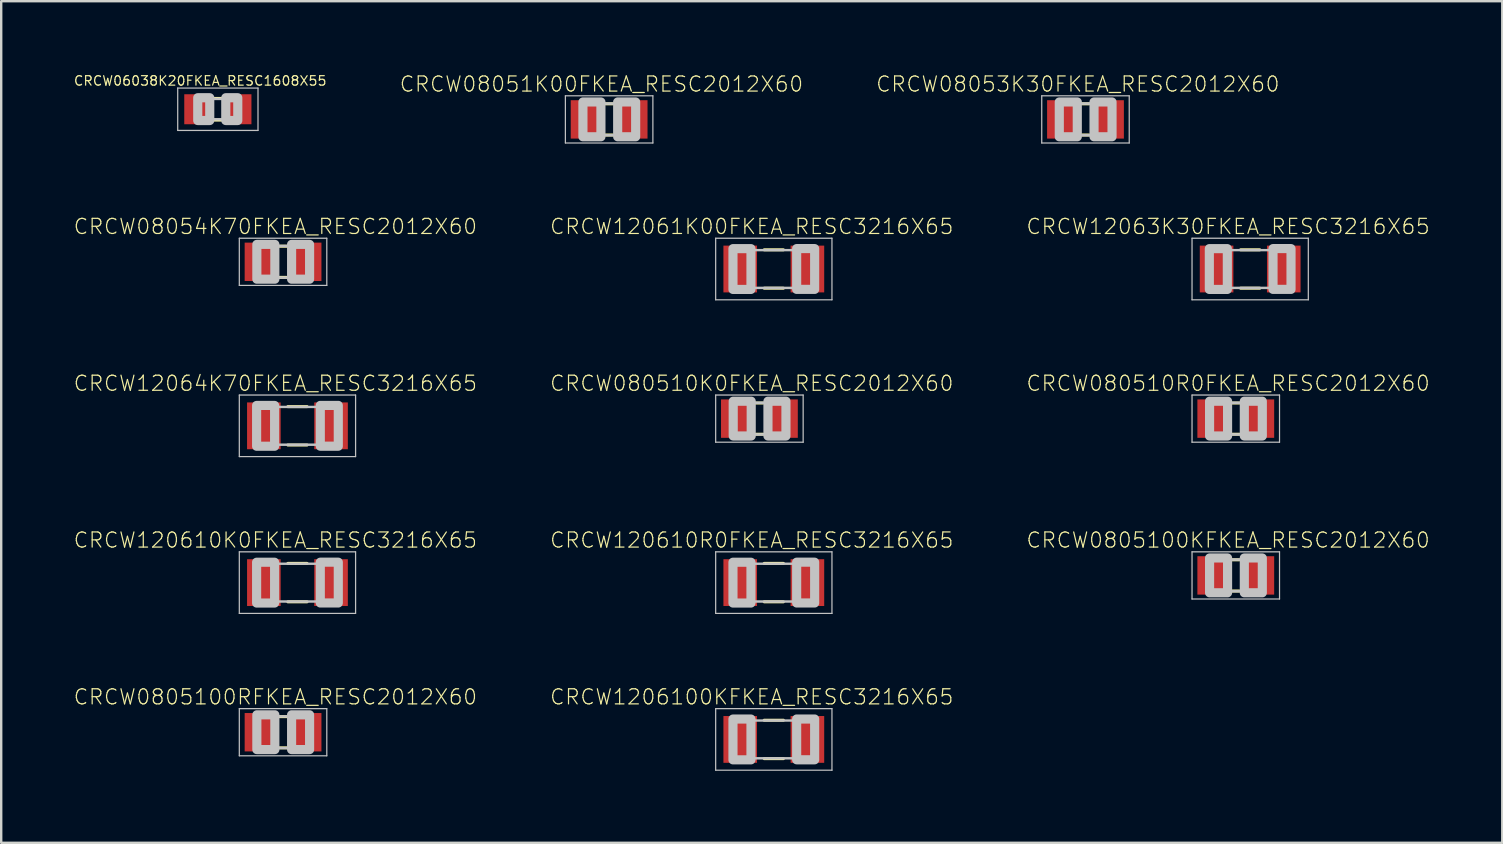
<source format=kicad_pcb>
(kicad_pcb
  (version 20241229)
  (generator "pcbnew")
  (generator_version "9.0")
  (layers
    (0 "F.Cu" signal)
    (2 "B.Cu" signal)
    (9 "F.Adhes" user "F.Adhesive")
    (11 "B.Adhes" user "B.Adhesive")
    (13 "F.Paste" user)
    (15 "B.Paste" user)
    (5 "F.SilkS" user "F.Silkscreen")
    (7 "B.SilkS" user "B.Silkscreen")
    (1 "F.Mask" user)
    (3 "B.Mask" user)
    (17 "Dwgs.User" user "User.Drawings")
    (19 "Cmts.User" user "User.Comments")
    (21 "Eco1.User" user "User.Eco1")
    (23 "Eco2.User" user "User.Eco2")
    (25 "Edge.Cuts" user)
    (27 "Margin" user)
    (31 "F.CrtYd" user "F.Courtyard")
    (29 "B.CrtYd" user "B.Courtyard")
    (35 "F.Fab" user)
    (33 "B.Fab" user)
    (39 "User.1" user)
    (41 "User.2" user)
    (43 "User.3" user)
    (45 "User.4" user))
  (footprint "CRCW0805100KFKEA_RESC2012X60"
    (layer "F.Cu")
    (at 48.45 20.93)
    (property "Reference" "CRCW0805100KFKEA_RESC2012X60" (at -0.32 -1.47 0) (layer "F.SilkS") (effects (font (size 0.63 0.63) (thickness 0.05))))
    (attr smd)
    (fp_line (start -0.15 -0.65) (end 0.15 -0.65) (stroke (width 0.127) (type solid)) (layer "F.SilkS"))
    (fp_line (start -0.15 0.65) (end 0.15 0.65) (stroke (width 0.127) (type solid)) (layer "F.SilkS"))
    (fp_line (start -1.823 -0.983) (end 1.823 -0.983) (stroke (width 0.051) (type solid)) (layer "Dwgs.User"))
    (fp_line (start -1.823 0.983) (end -1.823 -0.983) (stroke (width 0.051) (type solid)) (layer "Dwgs.User"))
    (fp_line (start -0.381 -0.66) (end 0.381 -0.66) (stroke (width 0.102) (type solid)) (layer "Dwgs.User"))
    (fp_line (start -0.356 0.66) (end 0.381 0.66) (stroke (width 0.102) (type solid)) (layer "Dwgs.User"))
    (fp_line (start 1.823 -0.983) (end 1.823 0.983) (stroke (width 0.051) (type solid)) (layer "Dwgs.User"))
    (fp_line (start 1.823 0.983) (end -1.823 0.983) (stroke (width 0.051) (type solid)) (layer "Dwgs.User"))
    (fp_poly (pts (xy -1.092 -0.726) (xy -0.342 -0.726) (xy -0.342 0.724) (xy -1.092 0.724)) (stroke (width 0.381) (type solid)) (fill no) (layer "Dwgs.User"))
    (fp_poly (pts (xy 0.356 -0.726) (xy 1.106 -0.726) (xy 1.106 0.724) (xy 0.356 0.724)) (stroke (width 0.381) (type solid)) (fill no) (layer "Dwgs.User"))
    (pad "1" smd rect (at -0.95 0) (size 1.3 1.6) (layers "F.Cu" "F.Mask" "F.Paste"))
    (pad "2" smd rect (at 0.95 0) (size 1.3 1.6) (layers "F.Cu" "F.Mask" "F.Paste")))
  (footprint "CRCW120610K0FKEA_RESC3216X65"
    (layer "F.Cu")
    (at 9.346 21.23)
    (property "Reference" "CRCW120610K0FKEA_RESC3216X65" (at -0.92 -1.77 0) (layer "F.SilkS") (effects (font (size 0.63 0.63) (thickness 0.05))))
    (attr smd)
    (fp_line (start -0.4 -0.8) (end 0.4 -0.8) (stroke (width 0.127) (type solid)) (layer "F.SilkS"))
    (fp_line (start -0.4 0.8) (end 0.4 0.8) (stroke (width 0.127) (type solid)) (layer "F.SilkS"))
    (fp_line (start -2.423 -1.283) (end 2.423 -1.283) (stroke (width 0.051) (type solid)) (layer "Dwgs.User"))
    (fp_line (start -2.423 1.283) (end -2.423 -1.283) (stroke (width 0.051) (type solid)) (layer "Dwgs.User"))
    (fp_line (start -0.965 -0.787) (end 0.965 -0.787) (stroke (width 0.102) (type solid)) (layer "Dwgs.User"))
    (fp_line (start -0.965 0.787) (end 0.965 0.787) (stroke (width 0.102) (type solid)) (layer "Dwgs.User"))
    (fp_line (start 2.423 -1.283) (end 2.423 1.283) (stroke (width 0.051) (type solid)) (layer "Dwgs.User"))
    (fp_line (start 2.423 1.283) (end -2.423 1.283) (stroke (width 0.051) (type solid)) (layer "Dwgs.User"))
    (fp_poly (pts (xy -1.702 -0.849) (xy -0.952 -0.849) (xy -0.952 0.851) (xy -1.702 0.851)) (stroke (width 0.381) (type solid)) (fill no) (layer "Dwgs.User"))
    (fp_poly (pts (xy 0.952 -0.851) (xy 1.702 -0.851) (xy 1.702 0.849) (xy 0.952 0.849)) (stroke (width 0.381) (type solid)) (fill no) (layer "Dwgs.User"))
    (pad "1" smd rect (at -1.4 0) (size 1.4 1.95) (layers "F.Cu" "F.Mask" "F.Paste"))
    (pad "2" smd rect (at 1.4 0) (size 1.4 1.95) (layers "F.Cu" "F.Mask" "F.Paste")))
  (footprint "CRCW120610R0FKEA_RESC3216X65"
    (layer "F.Cu")
    (at 29.198 21.23)
    (property "Reference" "CRCW120610R0FKEA_RESC3216X65" (at -0.92 -1.77 0) (layer "F.SilkS") (effects (font (size 0.63 0.63) (thickness 0.05))))
    (attr smd)
    (fp_line (start -0.4 -0.8) (end 0.4 -0.8) (stroke (width 0.127) (type solid)) (layer "F.SilkS"))
    (fp_line (start -0.4 0.8) (end 0.4 0.8) (stroke (width 0.127) (type solid)) (layer "F.SilkS"))
    (fp_line (start -2.423 -1.283) (end 2.423 -1.283) (stroke (width 0.051) (type solid)) (layer "Dwgs.User"))
    (fp_line (start -2.423 1.283) (end -2.423 -1.283) (stroke (width 0.051) (type solid)) (layer "Dwgs.User"))
    (fp_line (start -0.965 -0.787) (end 0.965 -0.787) (stroke (width 0.102) (type solid)) (layer "Dwgs.User"))
    (fp_line (start -0.965 0.787) (end 0.965 0.787) (stroke (width 0.102) (type solid)) (layer "Dwgs.User"))
    (fp_line (start 2.423 -1.283) (end 2.423 1.283) (stroke (width 0.051) (type solid)) (layer "Dwgs.User"))
    (fp_line (start 2.423 1.283) (end -2.423 1.283) (stroke (width 0.051) (type solid)) (layer "Dwgs.User"))
    (fp_poly (pts (xy -1.702 -0.849) (xy -0.952 -0.849) (xy -0.952 0.851) (xy -1.702 0.851)) (stroke (width 0.381) (type solid)) (fill no) (layer "Dwgs.User"))
    (fp_poly (pts (xy 0.952 -0.851) (xy 1.702 -0.851) (xy 1.702 0.849) (xy 0.952 0.849)) (stroke (width 0.381) (type solid)) (fill no) (layer "Dwgs.User"))
    (pad "1" smd rect (at -1.4 0) (size 1.4 1.95) (layers "F.Cu" "F.Mask" "F.Paste"))
    (pad "2" smd rect (at 1.4 0) (size 1.4 1.95) (layers "F.Cu" "F.Mask" "F.Paste")))
  (footprint "CRCW08054K70FKEA_RESC2012X60"
    (layer "F.Cu")
    (at 8.746 7.861)
    (property "Reference" "CRCW08054K70FKEA_RESC2012X60" (at -0.32 -1.47 0) (layer "F.SilkS") (effects (font (size 0.63 0.63) (thickness 0.05))))
    (attr smd)
    (fp_line (start -0.15 -0.65) (end 0.15 -0.65) (stroke (width 0.127) (type solid)) (layer "F.SilkS"))
    (fp_line (start -0.15 0.65) (end 0.15 0.65) (stroke (width 0.127) (type solid)) (layer "F.SilkS"))
    (fp_line (start -1.823 -0.983) (end 1.823 -0.983) (stroke (width 0.051) (type solid)) (layer "Dwgs.User"))
    (fp_line (start -1.823 0.983) (end -1.823 -0.983) (stroke (width 0.051) (type solid)) (layer "Dwgs.User"))
    (fp_line (start -0.381 -0.66) (end 0.381 -0.66) (stroke (width 0.102) (type solid)) (layer "Dwgs.User"))
    (fp_line (start -0.356 0.66) (end 0.381 0.66) (stroke (width 0.102) (type solid)) (layer "Dwgs.User"))
    (fp_line (start 1.823 -0.983) (end 1.823 0.983) (stroke (width 0.051) (type solid)) (layer "Dwgs.User"))
    (fp_line (start 1.823 0.983) (end -1.823 0.983) (stroke (width 0.051) (type solid)) (layer "Dwgs.User"))
    (fp_poly (pts (xy -1.092 -0.726) (xy -0.342 -0.726) (xy -0.342 0.724) (xy -1.092 0.724)) (stroke (width 0.381) (type solid)) (fill no) (layer "Dwgs.User"))
    (fp_poly (pts (xy 0.356 -0.726) (xy 1.106 -0.726) (xy 1.106 0.724) (xy 0.356 0.724)) (stroke (width 0.381) (type solid)) (fill no) (layer "Dwgs.User"))
    (pad "1" smd rect (at -0.95 0) (size 1.3 1.6) (layers "F.Cu" "F.Mask" "F.Paste"))
    (pad "2" smd rect (at 0.95 0) (size 1.3 1.6) (layers "F.Cu" "F.Mask" "F.Paste")))
  (footprint "CRCW080510K0FKEA_RESC2012X60"
    (layer "F.Cu")
    (at 28.598 14.396)
    (property "Reference" "CRCW080510K0FKEA_RESC2012X60" (at -0.32 -1.47 0) (layer "F.SilkS") (effects (font (size 0.63 0.63) (thickness 0.05))))
    (attr smd)
    (fp_line (start -0.15 -0.65) (end 0.15 -0.65) (stroke (width 0.127) (type solid)) (layer "F.SilkS"))
    (fp_line (start -0.15 0.65) (end 0.15 0.65) (stroke (width 0.127) (type solid)) (layer "F.SilkS"))
    (fp_line (start -1.823 -0.983) (end 1.823 -0.983) (stroke (width 0.051) (type solid)) (layer "Dwgs.User"))
    (fp_line (start -1.823 0.983) (end -1.823 -0.983) (stroke (width 0.051) (type solid)) (layer "Dwgs.User"))
    (fp_line (start -0.381 -0.66) (end 0.381 -0.66) (stroke (width 0.102) (type solid)) (layer "Dwgs.User"))
    (fp_line (start -0.356 0.66) (end 0.381 0.66) (stroke (width 0.102) (type solid)) (layer "Dwgs.User"))
    (fp_line (start 1.823 -0.983) (end 1.823 0.983) (stroke (width 0.051) (type solid)) (layer "Dwgs.User"))
    (fp_line (start 1.823 0.983) (end -1.823 0.983) (stroke (width 0.051) (type solid)) (layer "Dwgs.User"))
    (fp_poly (pts (xy -1.092 -0.726) (xy -0.342 -0.726) (xy -0.342 0.724) (xy -1.092 0.724)) (stroke (width 0.381) (type solid)) (fill no) (layer "Dwgs.User"))
    (fp_poly (pts (xy 0.356 -0.726) (xy 1.106 -0.726) (xy 1.106 0.724) (xy 0.356 0.724)) (stroke (width 0.381) (type solid)) (fill no) (layer "Dwgs.User"))
    (pad "1" smd rect (at -0.95 0) (size 1.3 1.6) (layers "F.Cu" "F.Mask" "F.Paste"))
    (pad "2" smd rect (at 0.95 0) (size 1.3 1.6) (layers "F.Cu" "F.Mask" "F.Paste")))
  (footprint "CRCW06038K20FKEA_RESC1608X55"
    (layer "F.Cu")
    (at 6.029 1.503)
    (property "Reference" "CRCW06038K20FKEA_RESC1608X55" (at -0.735 -1.185 0) (layer "F.SilkS") (effects (font (size 0.394 0.394) (thickness 0.05))))
    (attr smd)
    (fp_line (start -0.15 -0.45) (end 0.15 -0.45) (stroke (width 0.127) (type solid)) (layer "F.SilkS"))
    (fp_line (start -0.15 0.45) (end 0.15 0.45) (stroke (width 0.127) (type solid)) (layer "F.SilkS"))
    (fp_line (start -1.673 -0.883) (end 1.673 -0.883) (stroke (width 0.051) (type solid)) (layer "Dwgs.User"))
    (fp_line (start -1.673 0.883) (end -1.673 -0.883) (stroke (width 0.051) (type solid)) (layer "Dwgs.User"))
    (fp_line (start -0.356 -0.432) (end 0.356 -0.432) (stroke (width 0.102) (type solid)) (layer "Dwgs.User"))
    (fp_line (start -0.356 0.419) (end 0.356 0.419) (stroke (width 0.102) (type solid)) (layer "Dwgs.User"))
    (fp_line (start 1.673 -0.883) (end 1.673 0.883) (stroke (width 0.051) (type solid)) (layer "Dwgs.User"))
    (fp_line (start 1.673 0.883) (end -1.673 0.883) (stroke (width 0.051) (type solid)) (layer "Dwgs.User"))
    (fp_poly (pts (xy -0.838 -0.48) (xy -0.338 -0.48) (xy -0.338 0.47) (xy -0.838 0.47)) (stroke (width 0.381) (type solid)) (fill no) (layer "Dwgs.User"))
    (fp_poly (pts (xy 0.33 -0.48) (xy 0.83 -0.48) (xy 0.83 0.47) (xy 0.33 0.47)) (stroke (width 0.381) (type solid)) (fill no) (layer "Dwgs.User"))
    (pad "1" smd rect (at -0.85 0) (size 1.1 1.25) (layers "F.Cu" "F.Mask" "F.Paste"))
    (pad "2" smd rect (at 0.85 0) (size 1.1 1.25) (layers "F.Cu" "F.Mask" "F.Paste")))
  (footprint "CRCW0805100RFKEA_RESC2012X60"
    (layer "F.Cu")
    (at 8.746 27.465)
    (property "Reference" "CRCW0805100RFKEA_RESC2012X60" (at -0.32 -1.47 0) (layer "F.SilkS") (effects (font (size 0.63 0.63) (thickness 0.05))))
    (attr smd)
    (fp_line (start -0.15 -0.65) (end 0.15 -0.65) (stroke (width 0.127) (type solid)) (layer "F.SilkS"))
    (fp_line (start -0.15 0.65) (end 0.15 0.65) (stroke (width 0.127) (type solid)) (layer "F.SilkS"))
    (fp_line (start -1.823 -0.983) (end 1.823 -0.983) (stroke (width 0.051) (type solid)) (layer "Dwgs.User"))
    (fp_line (start -1.823 0.983) (end -1.823 -0.983) (stroke (width 0.051) (type solid)) (layer "Dwgs.User"))
    (fp_line (start -0.381 -0.66) (end 0.381 -0.66) (stroke (width 0.102) (type solid)) (layer "Dwgs.User"))
    (fp_line (start -0.356 0.66) (end 0.381 0.66) (stroke (width 0.102) (type solid)) (layer "Dwgs.User"))
    (fp_line (start 1.823 -0.983) (end 1.823 0.983) (stroke (width 0.051) (type solid)) (layer "Dwgs.User"))
    (fp_line (start 1.823 0.983) (end -1.823 0.983) (stroke (width 0.051) (type solid)) (layer "Dwgs.User"))
    (fp_poly (pts (xy -1.092 -0.726) (xy -0.342 -0.726) (xy -0.342 0.724) (xy -1.092 0.724)) (stroke (width 0.381) (type solid)) (fill no) (layer "Dwgs.User"))
    (fp_poly (pts (xy 0.356 -0.726) (xy 1.106 -0.726) (xy 1.106 0.724) (xy 0.356 0.724)) (stroke (width 0.381) (type solid)) (fill no) (layer "Dwgs.User"))
    (pad "1" smd rect (at -0.95 0) (size 1.3 1.6) (layers "F.Cu" "F.Mask" "F.Paste"))
    (pad "2" smd rect (at 0.95 0) (size 1.3 1.6) (layers "F.Cu" "F.Mask" "F.Paste")))
  (footprint "CRCW12064K70FKEA_RESC3216X65"
    (layer "F.Cu")
    (at 9.346 14.696)
    (property "Reference" "CRCW12064K70FKEA_RESC3216X65" (at -0.92 -1.77 0) (layer "F.SilkS") (effects (font (size 0.63 0.63) (thickness 0.05))))
    (attr smd)
    (fp_line (start -0.4 -0.8) (end 0.4 -0.8) (stroke (width 0.127) (type solid)) (layer "F.SilkS"))
    (fp_line (start -0.4 0.8) (end 0.4 0.8) (stroke (width 0.127) (type solid)) (layer "F.SilkS"))
    (fp_line (start -2.423 -1.283) (end 2.423 -1.283) (stroke (width 0.051) (type solid)) (layer "Dwgs.User"))
    (fp_line (start -2.423 1.283) (end -2.423 -1.283) (stroke (width 0.051) (type solid)) (layer "Dwgs.User"))
    (fp_line (start -0.965 -0.787) (end 0.965 -0.787) (stroke (width 0.102) (type solid)) (layer "Dwgs.User"))
    (fp_line (start -0.965 0.787) (end 0.965 0.787) (stroke (width 0.102) (type solid)) (layer "Dwgs.User"))
    (fp_line (start 2.423 -1.283) (end 2.423 1.283) (stroke (width 0.051) (type solid)) (layer "Dwgs.User"))
    (fp_line (start 2.423 1.283) (end -2.423 1.283) (stroke (width 0.051) (type solid)) (layer "Dwgs.User"))
    (fp_poly (pts (xy -1.702 -0.849) (xy -0.952 -0.849) (xy -0.952 0.851) (xy -1.702 0.851)) (stroke (width 0.381) (type solid)) (fill no) (layer "Dwgs.User"))
    (fp_poly (pts (xy 0.952 -0.851) (xy 1.702 -0.851) (xy 1.702 0.849) (xy 0.952 0.849)) (stroke (width 0.381) (type solid)) (fill no) (layer "Dwgs.User"))
    (pad "1" smd rect (at -1.4 0) (size 1.4 1.95) (layers "F.Cu" "F.Mask" "F.Paste"))
    (pad "2" smd rect (at 1.4 0) (size 1.4 1.95) (layers "F.Cu" "F.Mask" "F.Paste")))
  (footprint "CRCW12063K30FKEA_RESC3216X65"
    (layer "F.Cu")
    (at 49.05 8.161)
    (property "Reference" "CRCW12063K30FKEA_RESC3216X65" (at -0.92 -1.77 0) (layer "F.SilkS") (effects (font (size 0.63 0.63) (thickness 0.05))))
    (attr smd)
    (fp_line (start -0.4 -0.8) (end 0.4 -0.8) (stroke (width 0.127) (type solid)) (layer "F.SilkS"))
    (fp_line (start -0.4 0.8) (end 0.4 0.8) (stroke (width 0.127) (type solid)) (layer "F.SilkS"))
    (fp_line (start -2.423 -1.283) (end 2.423 -1.283) (stroke (width 0.051) (type solid)) (layer "Dwgs.User"))
    (fp_line (start -2.423 1.283) (end -2.423 -1.283) (stroke (width 0.051) (type solid)) (layer "Dwgs.User"))
    (fp_line (start -0.965 -0.787) (end 0.965 -0.787) (stroke (width 0.102) (type solid)) (layer "Dwgs.User"))
    (fp_line (start -0.965 0.787) (end 0.965 0.787) (stroke (width 0.102) (type solid)) (layer "Dwgs.User"))
    (fp_line (start 2.423 -1.283) (end 2.423 1.283) (stroke (width 0.051) (type solid)) (layer "Dwgs.User"))
    (fp_line (start 2.423 1.283) (end -2.423 1.283) (stroke (width 0.051) (type solid)) (layer "Dwgs.User"))
    (fp_poly (pts (xy -1.702 -0.849) (xy -0.952 -0.849) (xy -0.952 0.851) (xy -1.702 0.851)) (stroke (width 0.381) (type solid)) (fill no) (layer "Dwgs.User"))
    (fp_poly (pts (xy 0.952 -0.851) (xy 1.702 -0.851) (xy 1.702 0.849) (xy 0.952 0.849)) (stroke (width 0.381) (type solid)) (fill no) (layer "Dwgs.User"))
    (pad "1" smd rect (at -1.4 0) (size 1.4 1.95) (layers "F.Cu" "F.Mask" "F.Paste"))
    (pad "2" smd rect (at 1.4 0) (size 1.4 1.95) (layers "F.Cu" "F.Mask" "F.Paste")))
  (footprint "CRCW08053K30FKEA_RESC2012X60"
    (layer "F.Cu")
    (at 42.187 1.926)
    (property "Reference" "CRCW08053K30FKEA_RESC2012X60" (at -0.32 -1.47 0) (layer "F.SilkS") (effects (font (size 0.63 0.63) (thickness 0.05))))
    (attr smd)
    (fp_line (start -0.15 -0.65) (end 0.15 -0.65) (stroke (width 0.127) (type solid)) (layer "F.SilkS"))
    (fp_line (start -0.15 0.65) (end 0.15 0.65) (stroke (width 0.127) (type solid)) (layer "F.SilkS"))
    (fp_line (start -1.823 -0.983) (end 1.823 -0.983) (stroke (width 0.051) (type solid)) (layer "Dwgs.User"))
    (fp_line (start -1.823 0.983) (end -1.823 -0.983) (stroke (width 0.051) (type solid)) (layer "Dwgs.User"))
    (fp_line (start -0.381 -0.66) (end 0.381 -0.66) (stroke (width 0.102) (type solid)) (layer "Dwgs.User"))
    (fp_line (start -0.356 0.66) (end 0.381 0.66) (stroke (width 0.102) (type solid)) (layer "Dwgs.User"))
    (fp_line (start 1.823 -0.983) (end 1.823 0.983) (stroke (width 0.051) (type solid)) (layer "Dwgs.User"))
    (fp_line (start 1.823 0.983) (end -1.823 0.983) (stroke (width 0.051) (type solid)) (layer "Dwgs.User"))
    (fp_poly (pts (xy -1.092 -0.726) (xy -0.342 -0.726) (xy -0.342 0.724) (xy -1.092 0.724)) (stroke (width 0.381) (type solid)) (fill no) (layer "Dwgs.User"))
    (fp_poly (pts (xy 0.356 -0.726) (xy 1.106 -0.726) (xy 1.106 0.724) (xy 0.356 0.724)) (stroke (width 0.381) (type solid)) (fill no) (layer "Dwgs.User"))
    (pad "1" smd rect (at -0.95 0) (size 1.3 1.6) (layers "F.Cu" "F.Mask" "F.Paste"))
    (pad "2" smd rect (at 0.95 0) (size 1.3 1.6) (layers "F.Cu" "F.Mask" "F.Paste")))
  (footprint "CRCW080510R0FKEA_RESC2012X60"
    (layer "F.Cu")
    (at 48.45 14.396)
    (property "Reference" "CRCW080510R0FKEA_RESC2012X60" (at -0.32 -1.47 0) (layer "F.SilkS") (effects (font (size 0.63 0.63) (thickness 0.05))))
    (attr smd)
    (fp_line (start -0.15 -0.65) (end 0.15 -0.65) (stroke (width 0.127) (type solid)) (layer "F.SilkS"))
    (fp_line (start -0.15 0.65) (end 0.15 0.65) (stroke (width 0.127) (type solid)) (layer "F.SilkS"))
    (fp_line (start -1.823 -0.983) (end 1.823 -0.983) (stroke (width 0.051) (type solid)) (layer "Dwgs.User"))
    (fp_line (start -1.823 0.983) (end -1.823 -0.983) (stroke (width 0.051) (type solid)) (layer "Dwgs.User"))
    (fp_line (start -0.381 -0.66) (end 0.381 -0.66) (stroke (width 0.102) (type solid)) (layer "Dwgs.User"))
    (fp_line (start -0.356 0.66) (end 0.381 0.66) (stroke (width 0.102) (type solid)) (layer "Dwgs.User"))
    (fp_line (start 1.823 -0.983) (end 1.823 0.983) (stroke (width 0.051) (type solid)) (layer "Dwgs.User"))
    (fp_line (start 1.823 0.983) (end -1.823 0.983) (stroke (width 0.051) (type solid)) (layer "Dwgs.User"))
    (fp_poly (pts (xy -1.092 -0.726) (xy -0.342 -0.726) (xy -0.342 0.724) (xy -1.092 0.724)) (stroke (width 0.381) (type solid)) (fill no) (layer "Dwgs.User"))
    (fp_poly (pts (xy 0.356 -0.726) (xy 1.106 -0.726) (xy 1.106 0.724) (xy 0.356 0.724)) (stroke (width 0.381) (type solid)) (fill no) (layer "Dwgs.User"))
    (pad "1" smd rect (at -0.95 0) (size 1.3 1.6) (layers "F.Cu" "F.Mask" "F.Paste"))
    (pad "2" smd rect (at 0.95 0) (size 1.3 1.6) (layers "F.Cu" "F.Mask" "F.Paste")))
  (footprint "CRCW08051K00FKEA_RESC2012X60"
    (layer "F.Cu")
    (at 22.335 1.926)
    (property "Reference" "CRCW08051K00FKEA_RESC2012X60" (at -0.32 -1.47 0) (layer "F.SilkS") (effects (font (size 0.63 0.63) (thickness 0.05))))
    (attr smd)
    (fp_line (start -0.15 -0.65) (end 0.15 -0.65) (stroke (width 0.127) (type solid)) (layer "F.SilkS"))
    (fp_line (start -0.15 0.65) (end 0.15 0.65) (stroke (width 0.127) (type solid)) (layer "F.SilkS"))
    (fp_line (start -1.823 -0.983) (end 1.823 -0.983) (stroke (width 0.051) (type solid)) (layer "Dwgs.User"))
    (fp_line (start -1.823 0.983) (end -1.823 -0.983) (stroke (width 0.051) (type solid)) (layer "Dwgs.User"))
    (fp_line (start -0.381 -0.66) (end 0.381 -0.66) (stroke (width 0.102) (type solid)) (layer "Dwgs.User"))
    (fp_line (start -0.356 0.66) (end 0.381 0.66) (stroke (width 0.102) (type solid)) (layer "Dwgs.User"))
    (fp_line (start 1.823 -0.983) (end 1.823 0.983) (stroke (width 0.051) (type solid)) (layer "Dwgs.User"))
    (fp_line (start 1.823 0.983) (end -1.823 0.983) (stroke (width 0.051) (type solid)) (layer "Dwgs.User"))
    (fp_poly (pts (xy -1.092 -0.726) (xy -0.342 -0.726) (xy -0.342 0.724) (xy -1.092 0.724)) (stroke (width 0.381) (type solid)) (fill no) (layer "Dwgs.User"))
    (fp_poly (pts (xy 0.356 -0.726) (xy 1.106 -0.726) (xy 1.106 0.724) (xy 0.356 0.724)) (stroke (width 0.381) (type solid)) (fill no) (layer "Dwgs.User"))
    (pad "1" smd rect (at -0.95 0) (size 1.3 1.6) (layers "F.Cu" "F.Mask" "F.Paste"))
    (pad "2" smd rect (at 0.95 0) (size 1.3 1.6) (layers "F.Cu" "F.Mask" "F.Paste")))
  (footprint "CRCW1206100KFKEA_RESC3216X65"
    (layer "F.Cu")
    (at 29.198 27.765)
    (property "Reference" "CRCW1206100KFKEA_RESC3216X65" (at -0.92 -1.77 0) (layer "F.SilkS") (effects (font (size 0.63 0.63) (thickness 0.05))))
    (attr smd)
    (fp_line (start -0.4 -0.8) (end 0.4 -0.8) (stroke (width 0.127) (type solid)) (layer "F.SilkS"))
    (fp_line (start -0.4 0.8) (end 0.4 0.8) (stroke (width 0.127) (type solid)) (layer "F.SilkS"))
    (fp_line (start -2.423 -1.283) (end 2.423 -1.283) (stroke (width 0.051) (type solid)) (layer "Dwgs.User"))
    (fp_line (start -2.423 1.283) (end -2.423 -1.283) (stroke (width 0.051) (type solid)) (layer "Dwgs.User"))
    (fp_line (start -0.965 -0.787) (end 0.965 -0.787) (stroke (width 0.102) (type solid)) (layer "Dwgs.User"))
    (fp_line (start -0.965 0.787) (end 0.965 0.787) (stroke (width 0.102) (type solid)) (layer "Dwgs.User"))
    (fp_line (start 2.423 -1.283) (end 2.423 1.283) (stroke (width 0.051) (type solid)) (layer "Dwgs.User"))
    (fp_line (start 2.423 1.283) (end -2.423 1.283) (stroke (width 0.051) (type solid)) (layer "Dwgs.User"))
    (fp_poly (pts (xy -1.702 -0.849) (xy -0.952 -0.849) (xy -0.952 0.851) (xy -1.702 0.851)) (stroke (width 0.381) (type solid)) (fill no) (layer "Dwgs.User"))
    (fp_poly (pts (xy 0.952 -0.851) (xy 1.702 -0.851) (xy 1.702 0.849) (xy 0.952 0.849)) (stroke (width 0.381) (type solid)) (fill no) (layer "Dwgs.User"))
    (pad "1" smd rect (at -1.4 0) (size 1.4 1.95) (layers "F.Cu" "F.Mask" "F.Paste"))
    (pad "2" smd rect (at 1.4 0) (size 1.4 1.95) (layers "F.Cu" "F.Mask" "F.Paste")))
  (footprint "CRCW12061K00FKEA_RESC3216X65"
    (layer "F.Cu")
    (at 29.198 8.161)
    (property "Reference" "CRCW12061K00FKEA_RESC3216X65" (at -0.92 -1.77 0) (layer "F.SilkS") (effects (font (size 0.63 0.63) (thickness 0.05))))
    (attr smd)
    (fp_line (start -0.4 -0.8) (end 0.4 -0.8) (stroke (width 0.127) (type solid)) (layer "F.SilkS"))
    (fp_line (start -0.4 0.8) (end 0.4 0.8) (stroke (width 0.127) (type solid)) (layer "F.SilkS"))
    (fp_line (start -2.423 -1.283) (end 2.423 -1.283) (stroke (width 0.051) (type solid)) (layer "Dwgs.User"))
    (fp_line (start -2.423 1.283) (end -2.423 -1.283) (stroke (width 0.051) (type solid)) (layer "Dwgs.User"))
    (fp_line (start -0.965 -0.787) (end 0.965 -0.787) (stroke (width 0.102) (type solid)) (layer "Dwgs.User"))
    (fp_line (start -0.965 0.787) (end 0.965 0.787) (stroke (width 0.102) (type solid)) (layer "Dwgs.User"))
    (fp_line (start 2.423 -1.283) (end 2.423 1.283) (stroke (width 0.051) (type solid)) (layer "Dwgs.User"))
    (fp_line (start 2.423 1.283) (end -2.423 1.283) (stroke (width 0.051) (type solid)) (layer "Dwgs.User"))
    (fp_poly (pts (xy -1.702 -0.849) (xy -0.952 -0.849) (xy -0.952 0.851) (xy -1.702 0.851)) (stroke (width 0.381) (type solid)) (fill no) (layer "Dwgs.User"))
    (fp_poly (pts (xy 0.952 -0.851) (xy 1.702 -0.851) (xy 1.702 0.849) (xy 0.952 0.849)) (stroke (width 0.381) (type solid)) (fill no) (layer "Dwgs.User"))
    (pad "1" smd rect (at -1.4 0) (size 1.4 1.95) (layers "F.Cu" "F.Mask" "F.Paste"))
    (pad "2" smd rect (at 1.4 0) (size 1.4 1.95) (layers "F.Cu" "F.Mask" "F.Paste")))
  (gr_rect
    (start -3 -3)
    (end 59.556 32.073)
    (stroke (width 0.1) (type default))
    (fill no)
    (layer "Edge.Cuts")))
</source>
